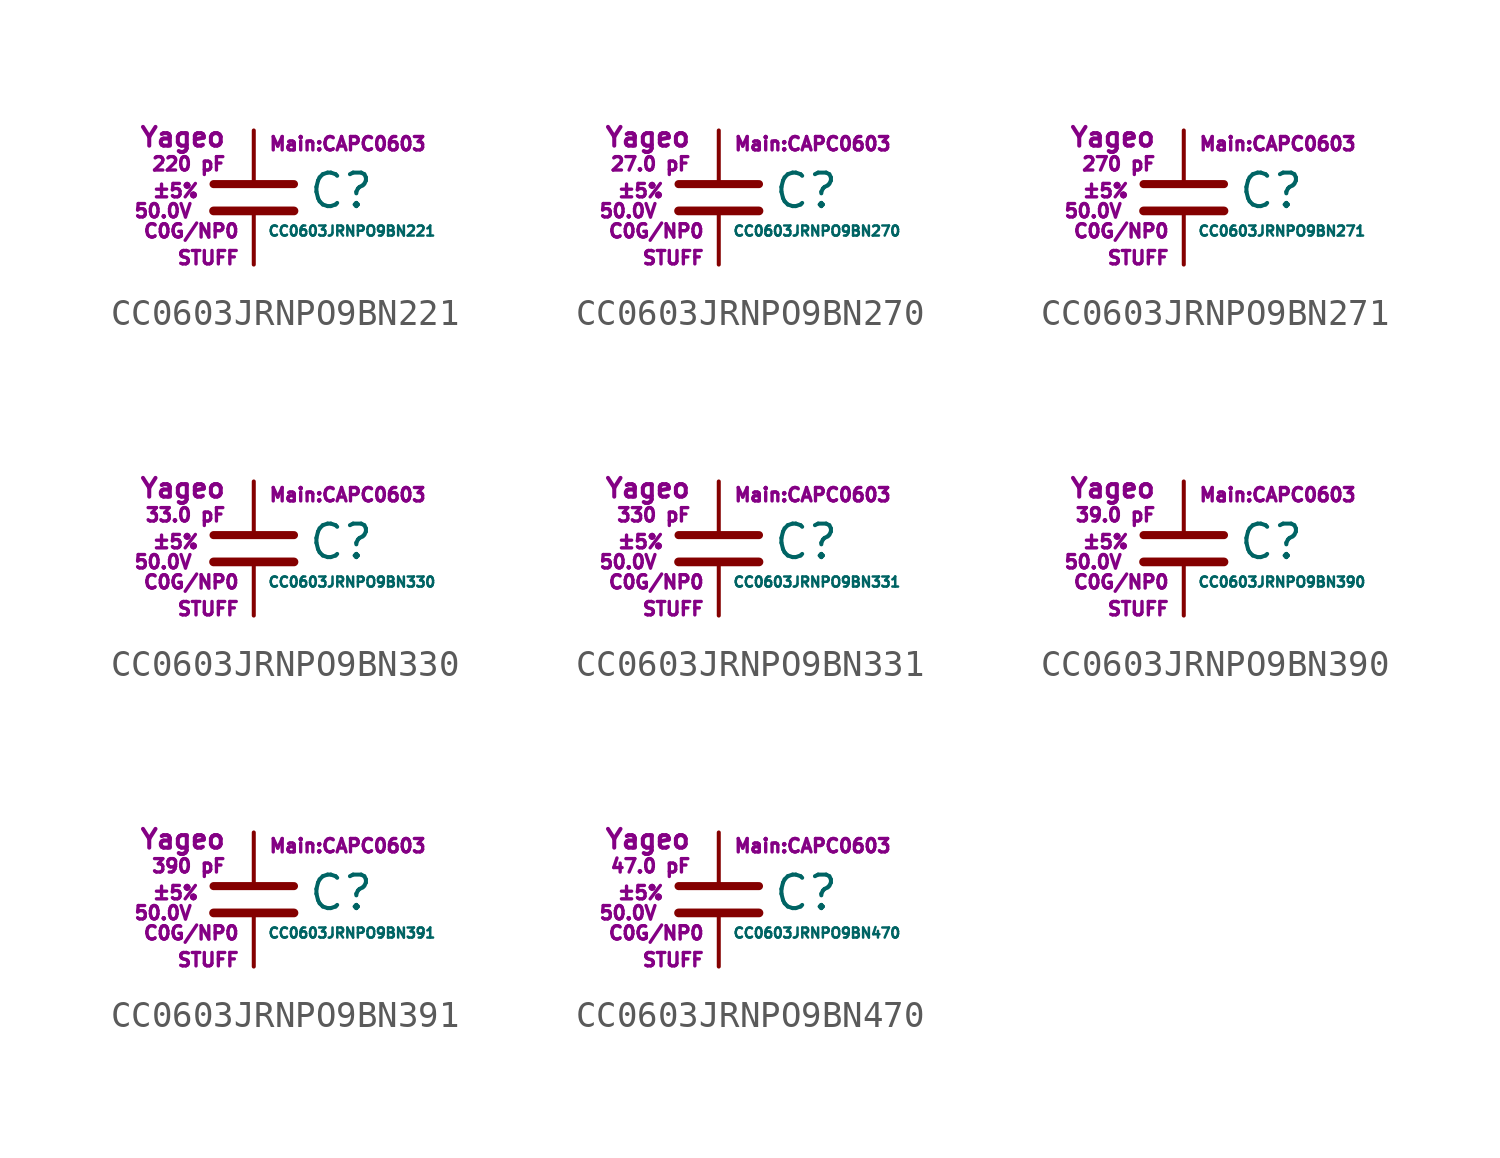
<source format=kicad_sym>
(kicad_symbol_lib
  (version 20211014)
  (generator kicad_symbol_editor)
  (symbol "CC0603JRNPO9BN221"
    (pin_numbers hide)
    (pin_names
      (offset 0.254) hide)
    (property "Reference" "C"
      (at 2.032 0.254 0)
      (effects (font (size 1.27 1.27)) (justify left)))
    (property "Value" "CC0603JRNPO9BN221"
      (at 0.508 -1.27 0)
      (effects (font (size 0.381 0.381)) (justify left)))
    (property "Footprint" "Main:CAPC0603"
      (at 3.556 2.032 0)
      (effects (font (size 0.508 0.508))))
    (property "Datasheet" ""
      (at 0.762 0.508 0)
      (effects (font (size 1.27 1.27))))
    (property "Manufacturer" "Yageo"
      (at -1.016 2.286 0)
      (effects (font (size 0.711 0.711)) (justify right)))
    (property "SKU" "STUFF"
      (at -0.508 -2.286 0)
      (effects (font (size 0.508 0.508)) (justify right)))
    (property "C" "220 pF"
      (at -1.016 1.27 0)
      (effects (font (size 0.508 0.508)) (justify right)))
    (property "Tol" "±5%"
      (at -2.032 0.254 0)
      (effects (font (size 0.508 0.508)) (justify right)))
    (property "Vmax" "50.0V"
      (at -2.286 -0.508 0)
      (effects (font (size 0.508 0.508)) (justify right)))
    (property "Type" "C0G/NP0"
      (at -0.508 -1.27 0)
      (effects (font (size 0.508 0.508)) (justify right)))
    (symbol "CC0603JRNPO9BN221_0_1"
      (polyline (pts (xy -1.524 -0.508) (xy 1.524 -0.508)) (stroke (width 0.33) (type default) (color 0 0 0 0)) (fill (type none)))
      (polyline (pts (xy -1.524 0.508) (xy 1.524 0.508)) (stroke (width 0.305) (type default) (color 0 0 0 0)) (fill (type none))))
    (symbol "CC0603JRNPO9BN221_1_1"
      (pin passive line (at 0 2.54 270) (length 1.905) (name "~" (effects (font (size 1.016 1.016)))) (number "1" (effects (font (size 1.016 1.016)))))
      (pin passive line (at 0 -2.54 90) (length 2.032) (name "~" (effects (font (size 1.016 1.016)))) (number "2" (effects (font (size 1.016 1.016)))))))
  (symbol "CC0603JRNPO9BN270"
    (pin_numbers hide)
    (pin_names
      (offset 0.254) hide)
    (property "Reference" "C"
      (at 2.032 0.254 0)
      (effects (font (size 1.27 1.27)) (justify left)))
    (property "Value" "CC0603JRNPO9BN270"
      (at 0.508 -1.27 0)
      (effects (font (size 0.381 0.381)) (justify left)))
    (property "Footprint" "Main:CAPC0603"
      (at 3.556 2.032 0)
      (effects (font (size 0.508 0.508))))
    (property "Datasheet" ""
      (at 0.762 0.508 0)
      (effects (font (size 1.27 1.27))))
    (property "Manufacturer" "Yageo"
      (at -1.016 2.286 0)
      (effects (font (size 0.711 0.711)) (justify right)))
    (property "SKU" "STUFF"
      (at -0.508 -2.286 0)
      (effects (font (size 0.508 0.508)) (justify right)))
    (property "C" "27.0 pF"
      (at -1.016 1.27 0)
      (effects (font (size 0.508 0.508)) (justify right)))
    (property "Tol" "±5%"
      (at -2.032 0.254 0)
      (effects (font (size 0.508 0.508)) (justify right)))
    (property "Vmax" "50.0V"
      (at -2.286 -0.508 0)
      (effects (font (size 0.508 0.508)) (justify right)))
    (property "Type" "C0G/NP0"
      (at -0.508 -1.27 0)
      (effects (font (size 0.508 0.508)) (justify right)))
    (symbol "CC0603JRNPO9BN270_0_1"
      (polyline (pts (xy -1.524 -0.508) (xy 1.524 -0.508)) (stroke (width 0.33) (type default) (color 0 0 0 0)) (fill (type none)))
      (polyline (pts (xy -1.524 0.508) (xy 1.524 0.508)) (stroke (width 0.305) (type default) (color 0 0 0 0)) (fill (type none))))
    (symbol "CC0603JRNPO9BN270_1_1"
      (pin passive line (at 0 2.54 270) (length 1.905) (name "~" (effects (font (size 1.016 1.016)))) (number "1" (effects (font (size 1.016 1.016)))))
      (pin passive line (at 0 -2.54 90) (length 2.032) (name "~" (effects (font (size 1.016 1.016)))) (number "2" (effects (font (size 1.016 1.016)))))))
  (symbol "CC0603JRNPO9BN271"
    (pin_numbers hide)
    (pin_names
      (offset 0.254) hide)
    (property "Reference" "C"
      (at 2.032 0.254 0)
      (effects (font (size 1.27 1.27)) (justify left)))
    (property "Value" "CC0603JRNPO9BN271"
      (at 0.508 -1.27 0)
      (effects (font (size 0.381 0.381)) (justify left)))
    (property "Footprint" "Main:CAPC0603"
      (at 3.556 2.032 0)
      (effects (font (size 0.508 0.508))))
    (property "Datasheet" ""
      (at 0.762 0.508 0)
      (effects (font (size 1.27 1.27))))
    (property "Manufacturer" "Yageo"
      (at -1.016 2.286 0)
      (effects (font (size 0.711 0.711)) (justify right)))
    (property "SKU" "STUFF"
      (at -0.508 -2.286 0)
      (effects (font (size 0.508 0.508)) (justify right)))
    (property "C" "270 pF"
      (at -1.016 1.27 0)
      (effects (font (size 0.508 0.508)) (justify right)))
    (property "Tol" "±5%"
      (at -2.032 0.254 0)
      (effects (font (size 0.508 0.508)) (justify right)))
    (property "Vmax" "50.0V"
      (at -2.286 -0.508 0)
      (effects (font (size 0.508 0.508)) (justify right)))
    (property "Type" "C0G/NP0"
      (at -0.508 -1.27 0)
      (effects (font (size 0.508 0.508)) (justify right)))
    (symbol "CC0603JRNPO9BN271_0_1"
      (polyline (pts (xy -1.524 -0.508) (xy 1.524 -0.508)) (stroke (width 0.33) (type default) (color 0 0 0 0)) (fill (type none)))
      (polyline (pts (xy -1.524 0.508) (xy 1.524 0.508)) (stroke (width 0.305) (type default) (color 0 0 0 0)) (fill (type none))))
    (symbol "CC0603JRNPO9BN271_1_1"
      (pin passive line (at 0 2.54 270) (length 1.905) (name "~" (effects (font (size 1.016 1.016)))) (number "1" (effects (font (size 1.016 1.016)))))
      (pin passive line (at 0 -2.54 90) (length 2.032) (name "~" (effects (font (size 1.016 1.016)))) (number "2" (effects (font (size 1.016 1.016)))))))
  (symbol "CC0603JRNPO9BN330"
    (pin_numbers hide)
    (pin_names
      (offset 0.254) hide)
    (property "Reference" "C"
      (at 2.032 0.254 0)
      (effects (font (size 1.27 1.27)) (justify left)))
    (property "Value" "CC0603JRNPO9BN330"
      (at 0.508 -1.27 0)
      (effects (font (size 0.381 0.381)) (justify left)))
    (property "Footprint" "Main:CAPC0603"
      (at 3.556 2.032 0)
      (effects (font (size 0.508 0.508))))
    (property "Datasheet" ""
      (at 0.762 0.508 0)
      (effects (font (size 1.27 1.27))))
    (property "Manufacturer" "Yageo"
      (at -1.016 2.286 0)
      (effects (font (size 0.711 0.711)) (justify right)))
    (property "SKU" "STUFF"
      (at -0.508 -2.286 0)
      (effects (font (size 0.508 0.508)) (justify right)))
    (property "C" "33.0 pF"
      (at -1.016 1.27 0)
      (effects (font (size 0.508 0.508)) (justify right)))
    (property "Tol" "±5%"
      (at -2.032 0.254 0)
      (effects (font (size 0.508 0.508)) (justify right)))
    (property "Vmax" "50.0V"
      (at -2.286 -0.508 0)
      (effects (font (size 0.508 0.508)) (justify right)))
    (property "Type" "C0G/NP0"
      (at -0.508 -1.27 0)
      (effects (font (size 0.508 0.508)) (justify right)))
    (symbol "CC0603JRNPO9BN330_0_1"
      (polyline (pts (xy -1.524 -0.508) (xy 1.524 -0.508)) (stroke (width 0.33) (type default) (color 0 0 0 0)) (fill (type none)))
      (polyline (pts (xy -1.524 0.508) (xy 1.524 0.508)) (stroke (width 0.305) (type default) (color 0 0 0 0)) (fill (type none))))
    (symbol "CC0603JRNPO9BN330_1_1"
      (pin passive line (at 0 2.54 270) (length 1.905) (name "~" (effects (font (size 1.016 1.016)))) (number "1" (effects (font (size 1.016 1.016)))))
      (pin passive line (at 0 -2.54 90) (length 2.032) (name "~" (effects (font (size 1.016 1.016)))) (number "2" (effects (font (size 1.016 1.016)))))))
  (symbol "CC0603JRNPO9BN331"
    (pin_numbers hide)
    (pin_names
      (offset 0.254) hide)
    (property "Reference" "C"
      (at 2.032 0.254 0)
      (effects (font (size 1.27 1.27)) (justify left)))
    (property "Value" "CC0603JRNPO9BN331"
      (at 0.508 -1.27 0)
      (effects (font (size 0.381 0.381)) (justify left)))
    (property "Footprint" "Main:CAPC0603"
      (at 3.556 2.032 0)
      (effects (font (size 0.508 0.508))))
    (property "Datasheet" ""
      (at 0.762 0.508 0)
      (effects (font (size 1.27 1.27))))
    (property "Manufacturer" "Yageo"
      (at -1.016 2.286 0)
      (effects (font (size 0.711 0.711)) (justify right)))
    (property "SKU" "STUFF"
      (at -0.508 -2.286 0)
      (effects (font (size 0.508 0.508)) (justify right)))
    (property "C" "330 pF"
      (at -1.016 1.27 0)
      (effects (font (size 0.508 0.508)) (justify right)))
    (property "Tol" "±5%"
      (at -2.032 0.254 0)
      (effects (font (size 0.508 0.508)) (justify right)))
    (property "Vmax" "50.0V"
      (at -2.286 -0.508 0)
      (effects (font (size 0.508 0.508)) (justify right)))
    (property "Type" "C0G/NP0"
      (at -0.508 -1.27 0)
      (effects (font (size 0.508 0.508)) (justify right)))
    (symbol "CC0603JRNPO9BN331_0_1"
      (polyline (pts (xy -1.524 -0.508) (xy 1.524 -0.508)) (stroke (width 0.33) (type default) (color 0 0 0 0)) (fill (type none)))
      (polyline (pts (xy -1.524 0.508) (xy 1.524 0.508)) (stroke (width 0.305) (type default) (color 0 0 0 0)) (fill (type none))))
    (symbol "CC0603JRNPO9BN331_1_1"
      (pin passive line (at 0 2.54 270) (length 1.905) (name "~" (effects (font (size 1.016 1.016)))) (number "1" (effects (font (size 1.016 1.016)))))
      (pin passive line (at 0 -2.54 90) (length 2.032) (name "~" (effects (font (size 1.016 1.016)))) (number "2" (effects (font (size 1.016 1.016)))))))
  (symbol "CC0603JRNPO9BN390"
    (pin_numbers hide)
    (pin_names
      (offset 0.254) hide)
    (property "Reference" "C"
      (at 2.032 0.254 0)
      (effects (font (size 1.27 1.27)) (justify left)))
    (property "Value" "CC0603JRNPO9BN390"
      (at 0.508 -1.27 0)
      (effects (font (size 0.381 0.381)) (justify left)))
    (property "Footprint" "Main:CAPC0603"
      (at 3.556 2.032 0)
      (effects (font (size 0.508 0.508))))
    (property "Datasheet" ""
      (at 0.762 0.508 0)
      (effects (font (size 1.27 1.27))))
    (property "Manufacturer" "Yageo"
      (at -1.016 2.286 0)
      (effects (font (size 0.711 0.711)) (justify right)))
    (property "SKU" "STUFF"
      (at -0.508 -2.286 0)
      (effects (font (size 0.508 0.508)) (justify right)))
    (property "C" "39.0 pF"
      (at -1.016 1.27 0)
      (effects (font (size 0.508 0.508)) (justify right)))
    (property "Tol" "±5%"
      (at -2.032 0.254 0)
      (effects (font (size 0.508 0.508)) (justify right)))
    (property "Vmax" "50.0V"
      (at -2.286 -0.508 0)
      (effects (font (size 0.508 0.508)) (justify right)))
    (property "Type" "C0G/NP0"
      (at -0.508 -1.27 0)
      (effects (font (size 0.508 0.508)) (justify right)))
    (symbol "CC0603JRNPO9BN390_0_1"
      (polyline (pts (xy -1.524 -0.508) (xy 1.524 -0.508)) (stroke (width 0.33) (type default) (color 0 0 0 0)) (fill (type none)))
      (polyline (pts (xy -1.524 0.508) (xy 1.524 0.508)) (stroke (width 0.305) (type default) (color 0 0 0 0)) (fill (type none))))
    (symbol "CC0603JRNPO9BN390_1_1"
      (pin passive line (at 0 2.54 270) (length 1.905) (name "~" (effects (font (size 1.016 1.016)))) (number "1" (effects (font (size 1.016 1.016)))))
      (pin passive line (at 0 -2.54 90) (length 2.032) (name "~" (effects (font (size 1.016 1.016)))) (number "2" (effects (font (size 1.016 1.016)))))))
  (symbol "CC0603JRNPO9BN391"
    (pin_numbers hide)
    (pin_names
      (offset 0.254) hide)
    (property "Reference" "C"
      (at 2.032 0.254 0)
      (effects (font (size 1.27 1.27)) (justify left)))
    (property "Value" "CC0603JRNPO9BN391"
      (at 0.508 -1.27 0)
      (effects (font (size 0.381 0.381)) (justify left)))
    (property "Footprint" "Main:CAPC0603"
      (at 3.556 2.032 0)
      (effects (font (size 0.508 0.508))))
    (property "Datasheet" ""
      (at 0.762 0.508 0)
      (effects (font (size 1.27 1.27))))
    (property "Manufacturer" "Yageo"
      (at -1.016 2.286 0)
      (effects (font (size 0.711 0.711)) (justify right)))
    (property "SKU" "STUFF"
      (at -0.508 -2.286 0)
      (effects (font (size 0.508 0.508)) (justify right)))
    (property "C" "390 pF"
      (at -1.016 1.27 0)
      (effects (font (size 0.508 0.508)) (justify right)))
    (property "Tol" "±5%"
      (at -2.032 0.254 0)
      (effects (font (size 0.508 0.508)) (justify right)))
    (property "Vmax" "50.0V"
      (at -2.286 -0.508 0)
      (effects (font (size 0.508 0.508)) (justify right)))
    (property "Type" "C0G/NP0"
      (at -0.508 -1.27 0)
      (effects (font (size 0.508 0.508)) (justify right)))
    (symbol "CC0603JRNPO9BN391_0_1"
      (polyline (pts (xy -1.524 -0.508) (xy 1.524 -0.508)) (stroke (width 0.33) (type default) (color 0 0 0 0)) (fill (type none)))
      (polyline (pts (xy -1.524 0.508) (xy 1.524 0.508)) (stroke (width 0.305) (type default) (color 0 0 0 0)) (fill (type none))))
    (symbol "CC0603JRNPO9BN391_1_1"
      (pin passive line (at 0 2.54 270) (length 1.905) (name "~" (effects (font (size 1.016 1.016)))) (number "1" (effects (font (size 1.016 1.016)))))
      (pin passive line (at 0 -2.54 90) (length 2.032) (name "~" (effects (font (size 1.016 1.016)))) (number "2" (effects (font (size 1.016 1.016)))))))
  (symbol "CC0603JRNPO9BN470"
    (pin_numbers hide)
    (pin_names
      (offset 0.254) hide)
    (property "Reference" "C"
      (at 2.032 0.254 0)
      (effects (font (size 1.27 1.27)) (justify left)))
    (property "Value" "CC0603JRNPO9BN470"
      (at 0.508 -1.27 0)
      (effects (font (size 0.381 0.381)) (justify left)))
    (property "Footprint" "Main:CAPC0603"
      (at 3.556 2.032 0)
      (effects (font (size 0.508 0.508))))
    (property "Datasheet" ""
      (at 0.762 0.508 0)
      (effects (font (size 1.27 1.27))))
    (property "Manufacturer" "Yageo"
      (at -1.016 2.286 0)
      (effects (font (size 0.711 0.711)) (justify right)))
    (property "SKU" "STUFF"
      (at -0.508 -2.286 0)
      (effects (font (size 0.508 0.508)) (justify right)))
    (property "C" "47.0 pF"
      (at -1.016 1.27 0)
      (effects (font (size 0.508 0.508)) (justify right)))
    (property "Tol" "±5%"
      (at -2.032 0.254 0)
      (effects (font (size 0.508 0.508)) (justify right)))
    (property "Vmax" "50.0V"
      (at -2.286 -0.508 0)
      (effects (font (size 0.508 0.508)) (justify right)))
    (property "Type" "C0G/NP0"
      (at -0.508 -1.27 0)
      (effects (font (size 0.508 0.508)) (justify right)))
    (symbol "CC0603JRNPO9BN470_0_1"
      (polyline (pts (xy -1.524 -0.508) (xy 1.524 -0.508)) (stroke (width 0.33) (type default) (color 0 0 0 0)) (fill (type none)))
      (polyline (pts (xy -1.524 0.508) (xy 1.524 0.508)) (stroke (width 0.305) (type default) (color 0 0 0 0)) (fill (type none))))
    (symbol "CC0603JRNPO9BN470_1_1"
      (pin passive line (at 0 2.54 270) (length 1.905) (name "~" (effects (font (size 1.016 1.016)))) (number "1" (effects (font (size 1.016 1.016)))))
      (pin passive line (at 0 -2.54 90) (length 2.032) (name "~" (effects (font (size 1.016 1.016)))) (number "2" (effects (font (size 1.016 1.016))))))))
</source>
